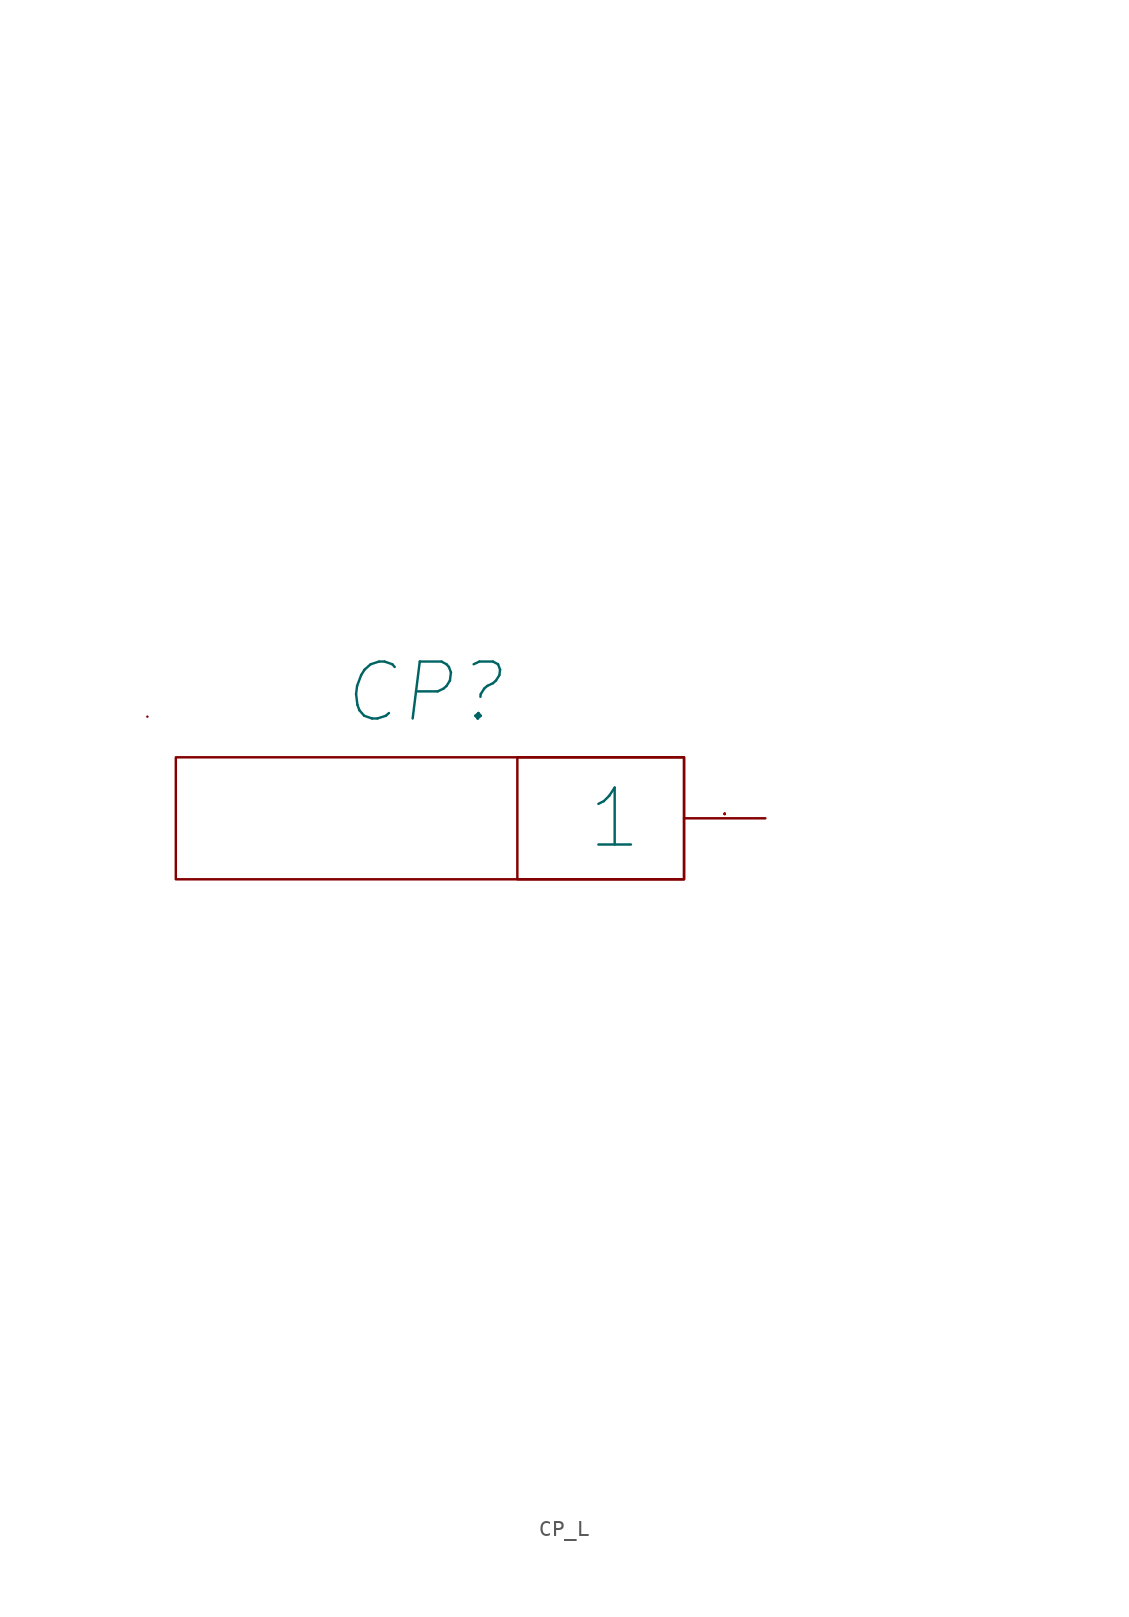
<source format=kicad_sym>
(kicad_symbol_lib
  (version 20210619)
  (generator kicad_symbol_editor)
  (symbol "my_Library:CP_L"
    (pin_names
      (offset 2.54))
    (property "Reference" "CP"
      (at -21.336 7.874 0)
      (effects (font (size 3.556 3.556) italic)))
    (property "PIN1" "  "
      (at -12.636 37.959 0)
      (effects (font (size 2.007 2.007) italic)))
    (property "PIN2" "   "
      (at -12.636 33.722 0)
      (effects (font (size 2.007 2.007) italic)))
    (property "PIN3" " "
      (at -12.636 29.485 0)
      (effects (font (size 2.007 2.007) italic)))
    (property "PIN4" "  "
      (at -12.636 25.248 0)
      (effects (font (size 2.007 2.007) italic)))
    (property "PIN5" " "
      (at -12.636 21.011 0)
      (effects (font (size 2.007 2.007) italic)))
    (symbol "CP_L_0_0"
      (pin passive line (at 0 0 180) (length 5.08) (name "1" (effects (font (size 3.556 3.556)))) (number "1" (effects (font (size 0.025 0.025))))))
    (symbol "CP_L_1_1"
      (text " " (at 9.906 -12.7 0) (effects (font (size 2.007 2.007) italic)))
      (text " " (at 9.906 -7.62 0) (effects (font (size 2.007 2.007) italic)))
      (text " " (at 9.906 -2.54 0) (effects (font (size 2.007 2.007) italic)))
      (text " " (at 9.906 2.54 0) (effects (font (size 2.007 2.007) italic)))
      (text " " (at 9.906 17.78 0) (effects (font (size 2.007 2.007) italic)))
      (text " " (at 12.446 -34.29 0) (effects (font (size 2.007 2.007) italic)))
      (text " " (at 12.446 -29.21 0) (effects (font (size 2.007 2.007) italic)))
      (text " " (at 12.446 -24.13 0) (effects (font (size 2.007 2.007) italic)))
      (rectangle (start -38.608 6.35) (end -38.608 6.35) (stroke (width 0)) (fill (type none)))
      (rectangle (start -36.83 3.81) (end -5.08 -3.81) (stroke (width 0)) (fill (type none)))
      (rectangle (start -15.494 3.81) (end -5.08 -3.81) (stroke (width 0)) (fill (type none))))))
</source>
